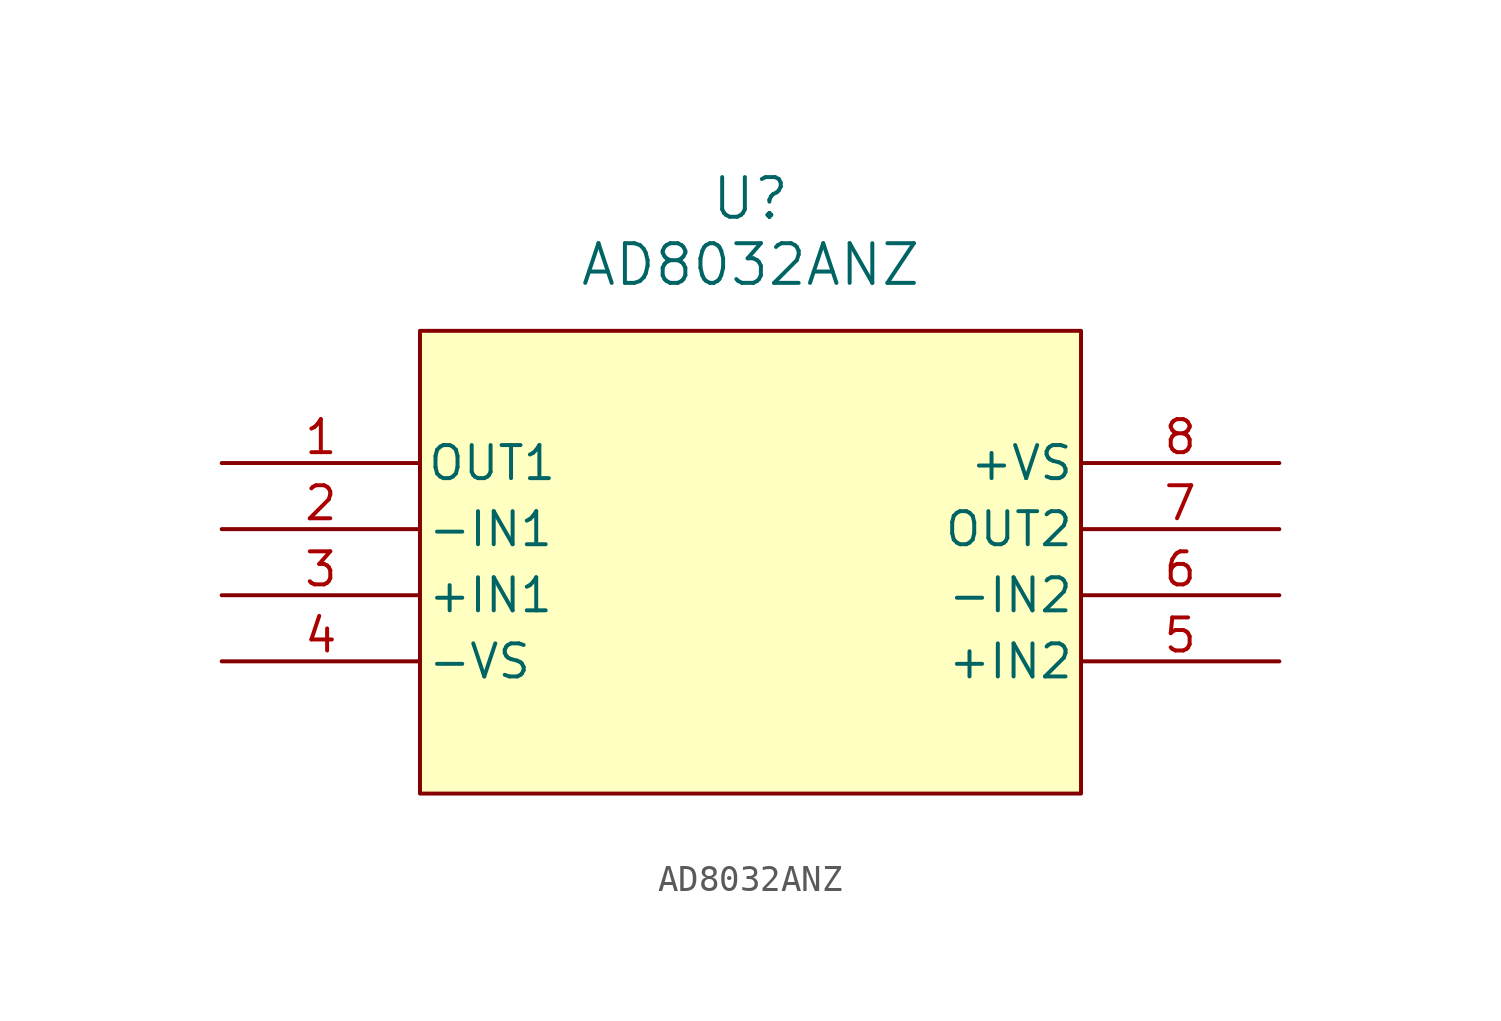
<source format=kicad_sym>
(kicad_symbol_lib
  (version 20220914)
  (generator kicad_symbol_editor)
  (symbol "AD8032ANZ"
    (pin_names
      (offset 0.254))
    (property "Reference" "U"
      (at 20.32 10.16 0)
      (effects (font (size 1.524 1.524))))
    (property "Value" "AD8032ANZ"
      (at 20.32 7.62 0)
      (effects (font (size 1.524 1.524))))
    (property "ki_locked" ""
      (at 0 0 0)
      (effects (font (size 1.27 1.27))))
    (symbol "AD8032ANZ_0_1"
      (pin power_in line (at 40.64 0 180) (length 7.62) (name "+VS" (effects (font (size 1.27 1.27)))) (number "8" (effects (font (size 1.27 1.27))))))
    (symbol "AD8032ANZ_1_1"
      (rectangle (start 7.62 5.08) (end 33.02 -12.7) (stroke (width 0) (type default)) (fill (type background)))
      (pin bidirectional line (at 0 0 0) (length 7.62) (name "OUT1" (effects (font (size 1.27 1.27)))) (number "1" (effects (font (size 1.27 1.27)))))
      (pin bidirectional line (at 0 -2.54 0) (length 7.62) (name "-IN1" (effects (font (size 1.27 1.27)))) (number "2" (effects (font (size 1.27 1.27)))))
      (pin bidirectional line (at 0 -5.08 0) (length 7.62) (name "+IN1" (effects (font (size 1.27 1.27)))) (number "3" (effects (font (size 1.27 1.27)))))
      (pin passive line (at 0 -7.62 0) (length 7.62) (name "-VS" (effects (font (size 1.27 1.27)))) (number "4" (effects (font (size 1.27 1.27)))))
      (pin bidirectional line (at 40.64 -7.62 180) (length 7.62) (name "+IN2" (effects (font (size 1.27 1.27)))) (number "5" (effects (font (size 1.27 1.27)))))
      (pin bidirectional line (at 40.64 -5.08 180) (length 7.62) (name "-IN2" (effects (font (size 1.27 1.27)))) (number "6" (effects (font (size 1.27 1.27)))))
      (pin bidirectional line (at 40.64 -2.54 180) (length 7.62) (name "OUT2" (effects (font (size 1.27 1.27)))) (number "7" (effects (font (size 1.27 1.27))))))))
</source>
